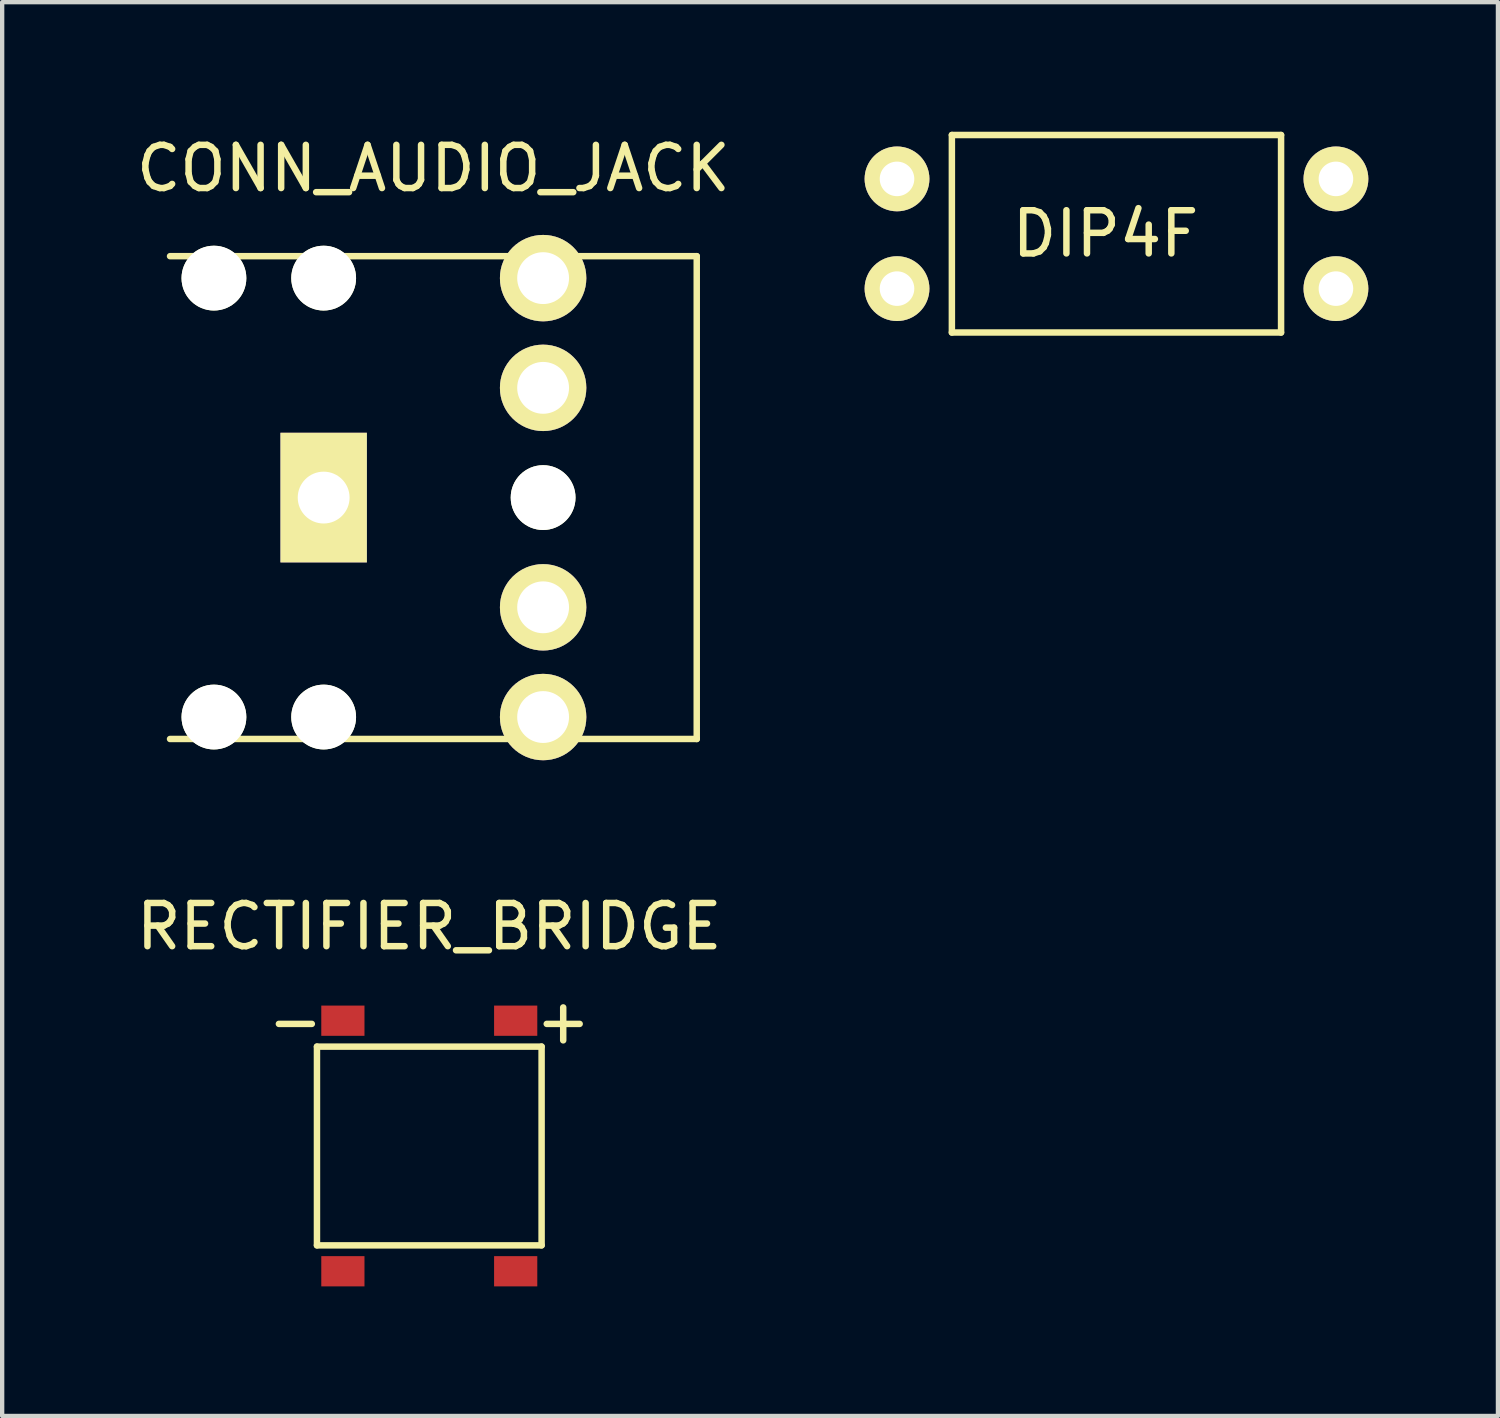
<source format=kicad_pcb>
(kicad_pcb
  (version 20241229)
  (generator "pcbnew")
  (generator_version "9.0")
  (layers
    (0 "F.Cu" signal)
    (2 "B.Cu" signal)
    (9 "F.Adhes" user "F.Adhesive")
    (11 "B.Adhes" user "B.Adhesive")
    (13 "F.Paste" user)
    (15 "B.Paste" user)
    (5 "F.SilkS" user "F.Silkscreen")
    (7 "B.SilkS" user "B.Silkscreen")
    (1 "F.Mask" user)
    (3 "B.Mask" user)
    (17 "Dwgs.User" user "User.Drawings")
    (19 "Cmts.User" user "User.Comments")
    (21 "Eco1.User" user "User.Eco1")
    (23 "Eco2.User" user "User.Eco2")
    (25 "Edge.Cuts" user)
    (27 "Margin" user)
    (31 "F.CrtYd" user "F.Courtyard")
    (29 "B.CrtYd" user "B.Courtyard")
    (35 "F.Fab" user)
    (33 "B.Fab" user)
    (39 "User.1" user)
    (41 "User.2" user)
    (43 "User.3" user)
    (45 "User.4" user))
  (footprint "RECTIFIER_BRIDGE"
    (layer "F.Cu")
    (at 6.887 23.477)
    (property "Reference" "RECTIFIER_BRIDGE" (at 0 -5.08 0) (layer "F.SilkS") (effects (font (size 1 1) (thickness 0.15))))
    (attr through_hole)
    (fp_line (start -2.6 -2.3) (end 2.6 -2.3) (stroke (width 0.15) (type solid)) (layer "F.SilkS"))
    (fp_line (start -2.6 2.3) (end -2.6 -2.3) (stroke (width 0.15) (type solid)) (layer "F.SilkS"))
    (fp_line (start 2.6 -2.3) (end 2.6 2.3) (stroke (width 0.15) (type solid)) (layer "F.SilkS"))
    (fp_line (start 2.6 2.3) (end -2.6 2.3) (stroke (width 0.15) (type solid)) (layer "F.SilkS"))
    (fp_text user "+" (at 3.1 -2.9 0) (layer "F.SilkS") (effects (font (size 1 1) (thickness 0.15))))
    (fp_text user "-" (at -3.1 -2.9 0) (layer "F.SilkS") (effects (font (size 1 1) (thickness 0.15))))
    (pad "1" smd rect (at -2 -2.9) (size 1 0.7) (layers "F.Cu" "F.Mask" "F.Paste"))
    (pad "2" smd rect (at -2 2.9) (size 1 0.7) (layers "F.Cu" "F.Mask" "F.Paste"))
    (pad "3" smd rect (at 2 -2.9) (size 1 0.7) (layers "F.Cu" "F.Mask" "F.Paste"))
    (pad "4" smd rect (at 2 2.9) (size 1 0.7) (layers "F.Cu" "F.Mask" "F.Paste")))
  (footprint "DIP4F"
    (layer "F.Cu")
    (at 22.794 2.361)
    (property "Reference" "DIP4F" (at -0.254 0 0) (layer "F.SilkS") (effects (font (size 1 1) (thickness 0.15))))
    (attr through_hole)
    (fp_line (start -3.81 -2.286) (end 3.81 -2.286) (stroke (width 0.15) (type solid)) (layer "F.SilkS"))
    (fp_line (start -3.81 2.286) (end -3.81 -2.286) (stroke (width 0.15) (type solid)) (layer "F.SilkS"))
    (fp_line (start 3.81 -2.286) (end 3.81 2.286) (stroke (width 0.15) (type solid)) (layer "F.SilkS"))
    (fp_line (start 3.81 2.286) (end -3.81 2.286) (stroke (width 0.15) (type solid)) (layer "F.SilkS"))
    (pad "1" thru_hole circle (at -5.08 -1.27) (size 1.5 1.5) (drill 0.8) (layers "*.Cu" "*.Mask" "F.SilkS"))
    (pad "2" thru_hole circle (at -5.08 1.27) (size 1.5 1.5) (drill 0.8) (layers "*.Cu" "*.Mask" "F.SilkS"))
    (pad "3" thru_hole circle (at 5.08 1.27) (size 1.5 1.5) (drill 0.8) (layers "*.Cu" "*.Mask" "F.SilkS"))
    (pad "4" thru_hole circle (at 5.08 -1.27) (size 1.5 1.5) (drill 0.8) (layers "*.Cu" "*.Mask" "F.SilkS")))
  (footprint "CONN_AUDIO_JACK"
    (layer "F.Cu")
    (at 6.982 8.468)
    (property "Reference" "CONN_AUDIO_JACK" (at 0 -7.62 0) (layer "F.SilkS") (effects (font (size 1 1) (thickness 0.15))))
    (attr through_hole)
    (fp_line (start -6.096 -5.588) (end 6.096 -5.588) (stroke (width 0.15) (type solid)) (layer "F.SilkS"))
    (fp_line (start 6.096 -5.588) (end 6.096 5.588) (stroke (width 0.15) (type solid)) (layer "F.SilkS"))
    (fp_line (start 6.096 5.588) (end -6.096 5.588) (stroke (width 0.15) (type solid)) (layer "F.SilkS"))
    (pad "" np_thru_hole circle (at -5.08 -5.08) (size 1.5 1.5) (drill 1.5) (layers "*.Cu" "*.Mask" "F.SilkS"))
    (pad "" np_thru_hole circle (at -5.08 5.08) (size 1.5 1.5) (drill 1.5) (layers "*.Cu" "*.Mask" "F.SilkS"))
    (pad "" np_thru_hole circle (at -2.54 -5.08) (size 1.5 1.5) (drill 1.5) (layers "*.Cu" "*.Mask" "F.SilkS"))
    (pad "" np_thru_hole circle (at -2.54 5.08) (size 1.5 1.5) (drill 1.5) (layers "*.Cu" "*.Mask" "F.SilkS"))
    (pad "" np_thru_hole circle (at 2.54 0) (size 1.5 1.5) (drill 1.5) (layers "*.Cu" "*.Mask" "F.SilkS"))
    (pad "1" thru_hole rect (at -2.54 0) (size 2 3) (drill 1.2) (layers "*.Cu" "*.Mask" "F.SilkS"))
    (pad "2" thru_hole circle (at 2.54 -5.08) (size 2 2) (drill 1.2) (layers "*.Cu" "*.Mask" "F.SilkS"))
    (pad "3" thru_hole circle (at 2.54 -2.54) (size 2 2) (drill 1.2) (layers "*.Cu" "*.Mask" "F.SilkS"))
    (pad "4" thru_hole circle (at 2.54 2.54) (size 2 2) (drill 1.2) (layers "*.Cu" "*.Mask" "F.SilkS"))
    (pad "5" thru_hole circle (at 2.54 5.08) (size 2 2) (drill 1.2) (layers "*.Cu" "*.Mask" "F.SilkS")))
  (gr_rect
    (start -3 -3)
    (end 31.624 29.727)
    (stroke (width 0.1) (type default))
    (fill no)
    (layer "Edge.Cuts")))
</source>
